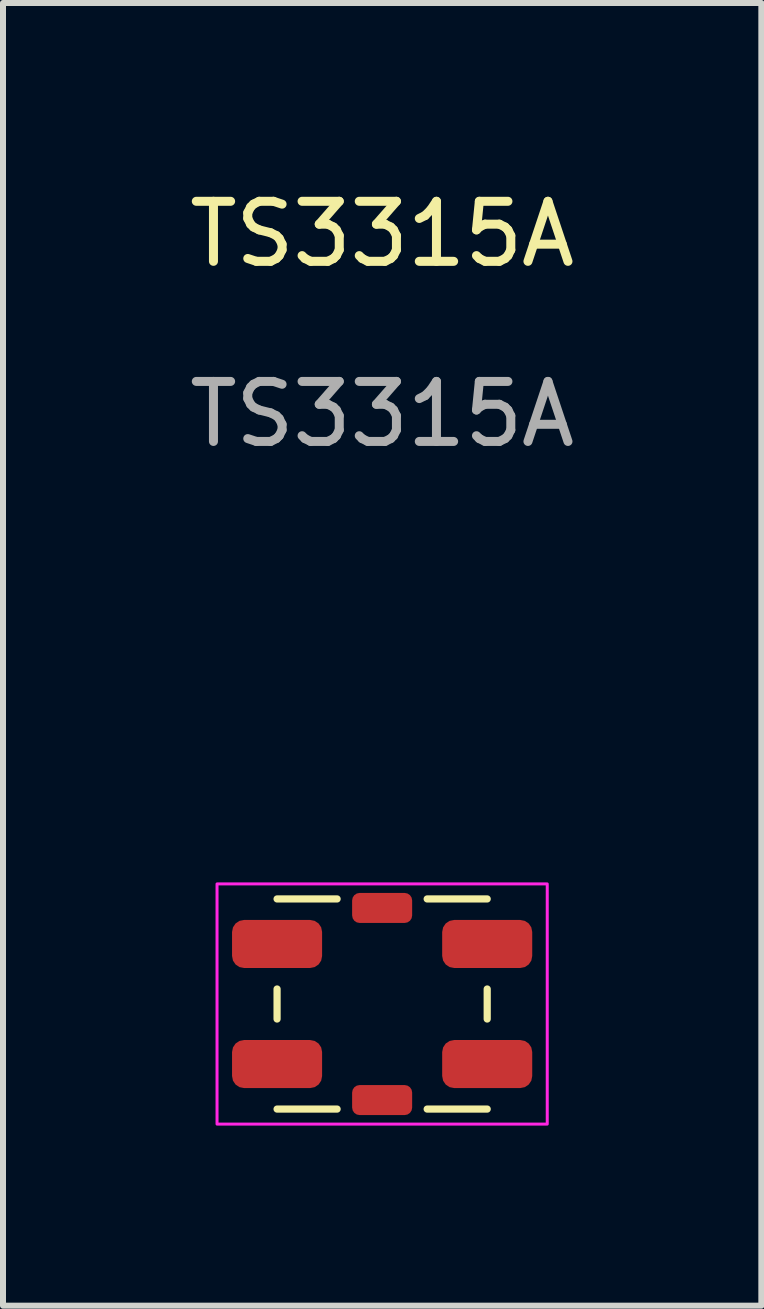
<source format=kicad_pcb>
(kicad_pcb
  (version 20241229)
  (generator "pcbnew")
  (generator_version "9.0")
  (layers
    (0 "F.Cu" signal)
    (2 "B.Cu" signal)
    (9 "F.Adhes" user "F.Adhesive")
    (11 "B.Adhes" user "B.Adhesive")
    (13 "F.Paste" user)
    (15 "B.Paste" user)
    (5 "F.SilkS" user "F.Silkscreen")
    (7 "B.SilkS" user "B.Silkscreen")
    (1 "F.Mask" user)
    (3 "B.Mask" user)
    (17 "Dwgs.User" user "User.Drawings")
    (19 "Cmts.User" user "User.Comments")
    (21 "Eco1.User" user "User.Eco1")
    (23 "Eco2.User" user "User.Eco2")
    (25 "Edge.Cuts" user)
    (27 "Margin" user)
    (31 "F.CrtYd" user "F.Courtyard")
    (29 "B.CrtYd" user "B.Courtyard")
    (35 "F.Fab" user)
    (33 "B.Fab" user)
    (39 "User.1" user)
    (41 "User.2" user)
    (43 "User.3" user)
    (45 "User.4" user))
  (footprint "TS3315A"
    (layer "F.Cu")
    (at 3.315 13.673)
    (property "Reference" "TS3315A" (at 0 -12.825 0) (unlocked yes) (layer "F.SilkS") (effects (font (size 1 1) (thickness 0.15))))
    (attr smd)
    (fp_line (start -1.75 0.25) (end -1.75 -0.25) (stroke (width 0.12) (type default)) (layer "F.SilkS"))
    (fp_line (start -0.75 -1.75) (end -1.75 -1.75) (stroke (width 0.12) (type default)) (layer "F.SilkS"))
    (fp_line (start -0.75 1.75) (end -1.75 1.75) (stroke (width 0.12) (type default)) (layer "F.SilkS"))
    (fp_line (start 0.75 1.75) (end 1.75 1.75) (stroke (width 0.12) (type default)) (layer "F.SilkS"))
    (fp_line (start 1.75 -1.75) (end 0.75 -1.75) (stroke (width 0.12) (type default)) (layer "F.SilkS"))
    (fp_line (start 1.75 0.25) (end 1.75 -0.25) (stroke (width 0.12) (type default)) (layer "F.SilkS"))
    (fp_rect (start -2.75 -2) (end 2.75 2) (stroke (width 0.05) (type default)) (fill no) (layer "F.CrtYd"))
    (fp_text user "${REFERENCE}" (at 0 -9.825 0) (unlocked yes) (layer "F.Fab") (effects (font (size 1 1) (thickness 0.15))))
    (pad "1" smd roundrect (at -1.75 -1) (size 1.5 0.8) (layers "F.Cu" "F.Mask" "F.Paste") (roundrect_rratio 0.25))
    (pad "1" smd roundrect (at 1.75 -1) (size 1.5 0.8) (layers "F.Cu" "F.Mask" "F.Paste") (roundrect_rratio 0.25))
    (pad "2" smd roundrect (at -1.75 1) (size 1.5 0.8) (layers "F.Cu" "F.Mask" "F.Paste") (roundrect_rratio 0.25))
    (pad "2" smd roundrect (at 1.75 1) (size 1.5 0.8) (layers "F.Cu" "F.Mask" "F.Paste") (roundrect_rratio 0.25))
    (pad "S" smd roundrect (at 0 -1.6) (size 1 0.5) (layers "F.Cu" "F.Mask" "F.Paste") (roundrect_rratio 0.25))
    (pad "S" smd roundrect (at 0 1.6) (size 1 0.5) (layers "F.Cu" "F.Mask" "F.Paste") (roundrect_rratio 0.25)))
  (gr_rect
    (start -3 -3)
    (end 9.631 18.698)
    (stroke (width 0.1) (type default))
    (fill no)
    (layer "Edge.Cuts")))
</source>
